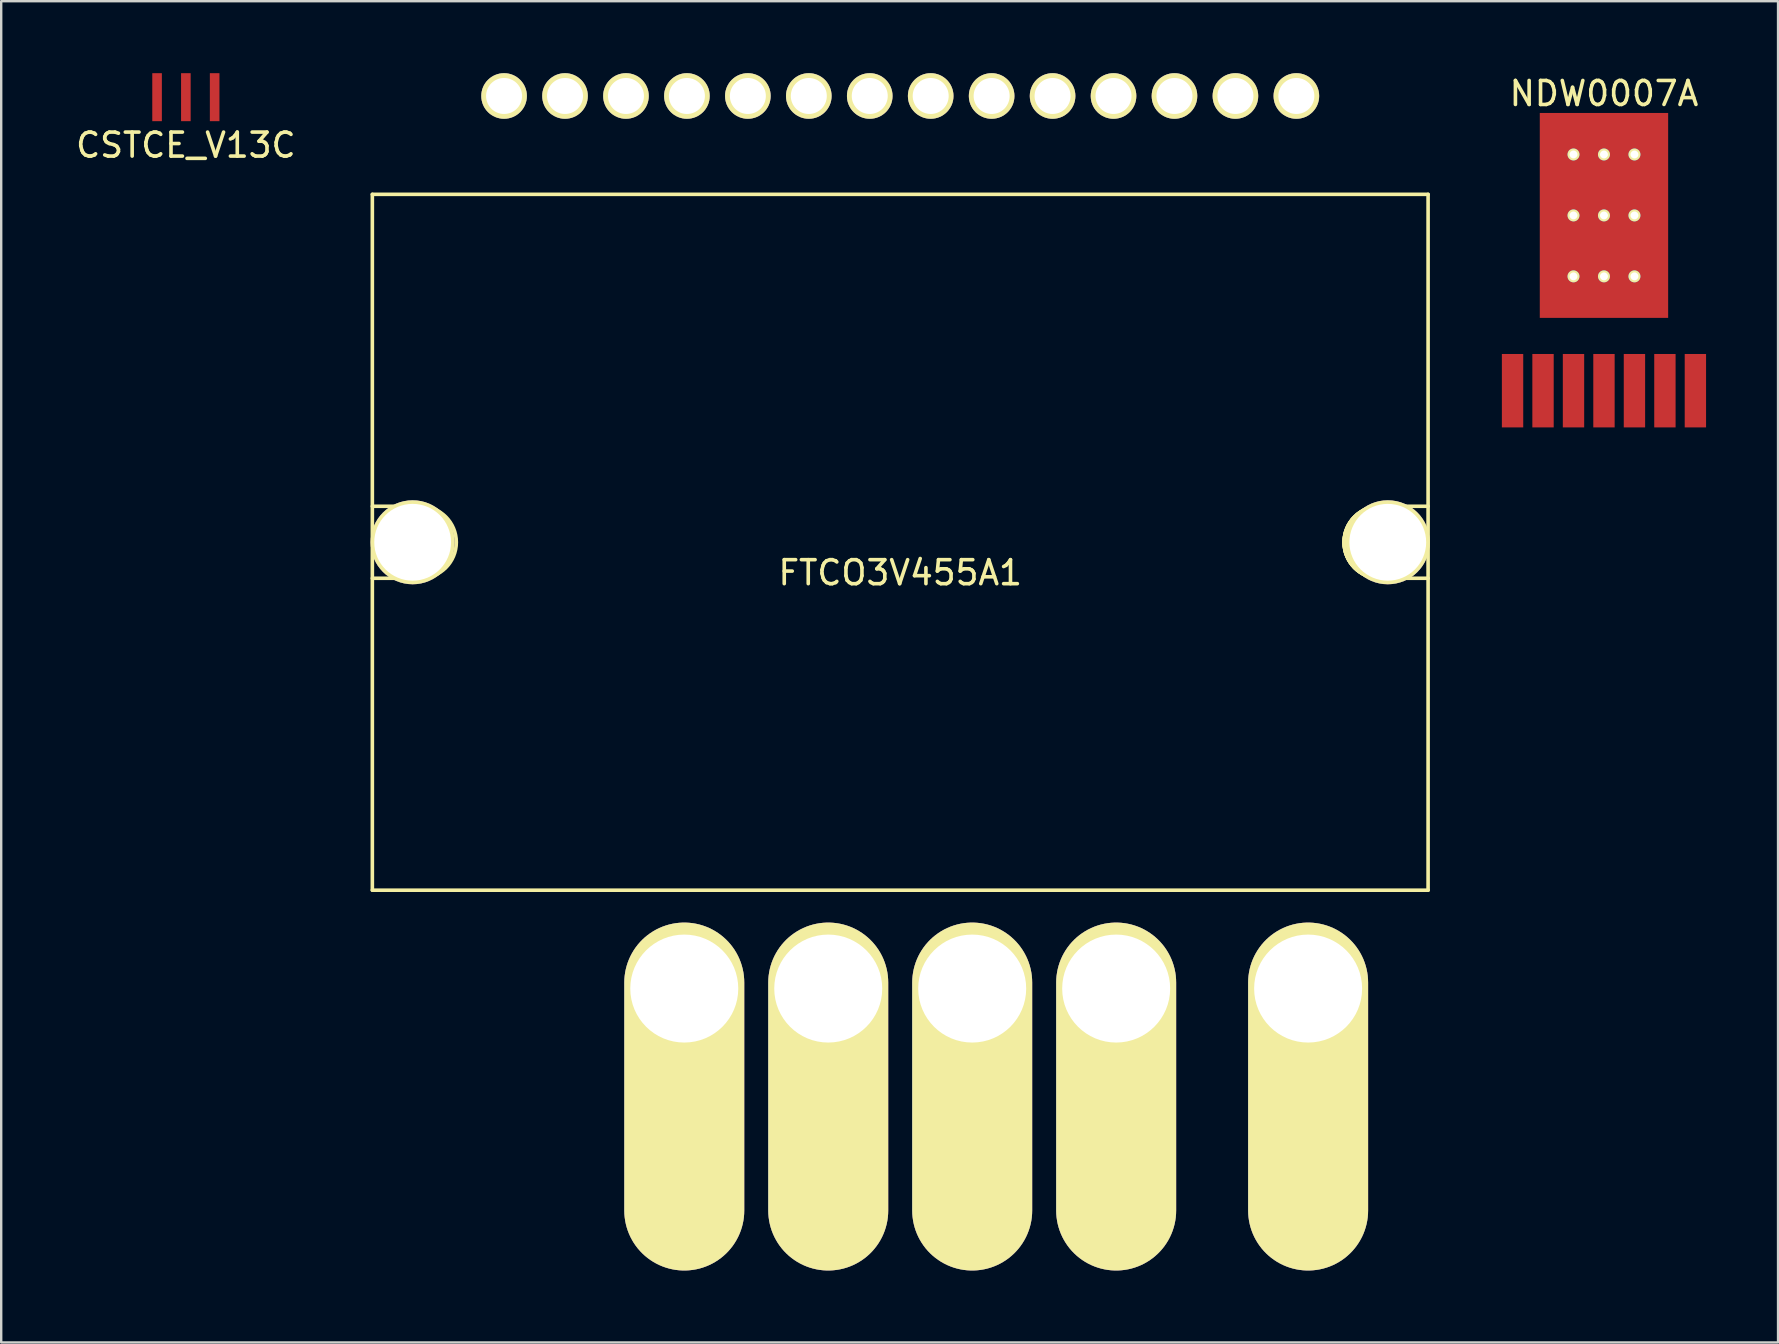
<source format=kicad_pcb>
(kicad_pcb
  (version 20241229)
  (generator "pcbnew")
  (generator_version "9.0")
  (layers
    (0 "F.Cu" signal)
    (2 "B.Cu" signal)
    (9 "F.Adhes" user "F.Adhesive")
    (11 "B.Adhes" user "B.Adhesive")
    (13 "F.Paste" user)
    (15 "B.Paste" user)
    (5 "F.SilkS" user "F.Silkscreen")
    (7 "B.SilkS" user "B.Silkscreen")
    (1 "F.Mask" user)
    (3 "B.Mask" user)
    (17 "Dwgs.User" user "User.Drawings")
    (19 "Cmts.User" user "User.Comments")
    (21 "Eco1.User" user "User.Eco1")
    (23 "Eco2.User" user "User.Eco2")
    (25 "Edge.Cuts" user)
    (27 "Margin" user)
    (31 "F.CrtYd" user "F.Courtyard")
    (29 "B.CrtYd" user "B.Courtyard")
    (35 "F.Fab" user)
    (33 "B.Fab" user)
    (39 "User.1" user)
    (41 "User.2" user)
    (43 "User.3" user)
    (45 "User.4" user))
  (footprint "NDW0007A"
    (layer "F.Cu")
    (at 63.798 5.928)
    (property "Reference" "NDW0007A" (at 0 -5.08 0) (layer "F.SilkS") (effects (font (size 1 1) (thickness 0.15))))
    (attr through_hole)
    (pad "1" smd rect (at -3.81 7.305) (size 0.89 3.06) (layers "F.Cu" "F.Mask" "F.Paste"))
    (pad "2" smd rect (at -2.54 7.305) (size 0.89 3.06) (layers "F.Cu" "F.Mask" "F.Paste"))
    (pad "3" smd rect (at -1.27 7.305) (size 0.89 3.06) (layers "F.Cu" "F.Mask" "F.Paste"))
    (pad "4" smd rect (at 0 7.305) (size 0.89 3.06) (layers "F.Cu" "F.Mask" "F.Paste"))
    (pad "5" smd rect (at 1.27 7.305) (size 0.89 3.06) (layers "F.Cu" "F.Mask" "F.Paste"))
    (pad "6" smd rect (at 2.54 7.305) (size 0.89 3.06) (layers "F.Cu" "F.Mask" "F.Paste"))
    (pad "7" smd rect (at 3.81 7.305) (size 0.89 3.06) (layers "F.Cu" "F.Mask" "F.Paste"))
    (pad "PAD" thru_hole circle (at -1.27 -2.54) (size 0.5 0.5) (drill 0.33) (layers "*.Cu" "*.Mask" "F.SilkS"))
    (pad "PAD" thru_hole circle (at -1.27 0) (size 0.5 0.5) (drill 0.33) (layers "*.Cu" "*.Mask" "F.SilkS"))
    (pad "PAD" thru_hole circle (at -1.27 2.54) (size 0.5 0.5) (drill 0.33) (layers "*.Cu" "*.Mask" "F.SilkS"))
    (pad "PAD" thru_hole circle (at 0 -2.54) (size 0.5 0.5) (drill 0.33) (layers "*.Cu" "*.Mask" "F.SilkS"))
    (pad "PAD" thru_hole circle (at 0 0) (size 0.5 0.5) (drill 0.33) (layers "*.Cu" "*.Mask" "F.SilkS"))
    (pad "PAD" smd rect (at 0 0) (size 5.35 8.54) (layers "F.Cu" "F.Mask" "F.Paste"))
    (pad "PAD" thru_hole circle (at 0 2.54) (size 0.5 0.5) (drill 0.33) (layers "*.Cu" "*.Mask" "F.SilkS"))
    (pad "PAD" thru_hole circle (at 1.27 -2.54) (size 0.5 0.5) (drill 0.33) (layers "*.Cu" "*.Mask" "F.SilkS"))
    (pad "PAD" thru_hole circle (at 1.27 0) (size 0.5 0.5) (drill 0.33) (layers "*.Cu" "*.Mask" "F.SilkS"))
    (pad "PAD" thru_hole circle (at 1.27 2.54) (size 0.5 0.5) (drill 0.33) (layers "*.Cu" "*.Mask" "F.SilkS")))
  (footprint "CSTCE_V13C"
    (layer "F.Cu")
    (at 4.696 1)
    (property "Reference" "CSTCE_V13C" (at 0 2 0) (layer "F.SilkS") (effects (font (size 1 1) (thickness 0.15))))
    (attr through_hole)
    (pad "1" smd rect (at -1.2 0) (size 0.4 2) (layers "F.Cu" "F.Mask" "F.Paste"))
    (pad "2" smd rect (at 1.2 0) (size 0.4 2) (layers "F.Cu" "F.Mask" "F.Paste"))
    (pad "3" smd rect (at 0 0) (size 0.4 2) (layers "F.Cu" "F.Mask" "F.Paste")))
  (footprint "FTCO3V455A1"
    (layer "F.Cu")
    (at 34.468 19.55)
    (property "Reference" "FTCO3V455A1" (at 0 1.27 0) (layer "F.SilkS") (effects (font (size 1 1) (thickness 0.15))))
    (attr through_hole)
    (fp_line (start -22 14.5) (end -22 -14.5) (stroke (width 0.15) (type solid)) (layer "F.SilkS"))
    (fp_line (start -22 14.5) (end 22 14.5) (stroke (width 0.15) (type solid)) (layer "F.SilkS"))
    (fp_line (start -20 -1.5) (end -22 -1.5) (stroke (width 0.15) (type solid)) (layer "F.SilkS"))
    (fp_line (start -20 1.5) (end -22 1.5) (stroke (width 0.15) (type solid)) (layer "F.SilkS"))
    (fp_line (start 20 -1.5) (end 22 -1.5) (stroke (width 0.15) (type solid)) (layer "F.SilkS"))
    (fp_line (start 20 1.5) (end 22 1.5) (stroke (width 0.15) (type solid)) (layer "F.SilkS"))
    (fp_line (start 22 -14.5) (end -22 -14.5) (stroke (width 0.15) (type solid)) (layer "F.SilkS"))
    (fp_line (start 22 14.5) (end 22 -14.5) (stroke (width 0.15) (type solid)) (layer "F.SilkS"))
    (fp_arc (start -20 -1.5) (mid -18.5 0) (end -20 1.5) (stroke (width 0.15) (type solid)) (layer "F.SilkS"))
    (fp_arc (start 20 1.5) (mid 18.5 0) (end 20 -1.5) (stroke (width 0.15) (type solid)) (layer "F.SilkS"))
    (fp_arc (start 20 1.5) (mid 18.5 0) (end 20 -1.5) (stroke (width 0.15) (type solid)) (layer "F.SilkS"))
    (fp_arc (start 20 1.5) (mid 18.5 0) (end 20 -1.5) (stroke (width 0.15) (type solid)) (layer "F.SilkS"))
    (fp_arc (start 20 1.5) (mid 18.5 0) (end 20 -1.5) (stroke (width 0.15) (type solid)) (layer "F.SilkS"))
    (pad "1" thru_hole circle (at -20.32 0) (size 3.5 3.5) (drill 3.2) (layers "*.Cu" "*.Mask" "F.SilkS"))
    (pad "1" thru_hole circle (at -16.51 -18.6 180) (size 1.9 1.9) (drill 1.5) (layers "*.Cu" "*.Mask" "F.SilkS"))
    (pad "2" thru_hole circle (at -13.97 -18.6 180) (size 1.9 1.9) (drill 1.5) (layers "*.Cu" "*.Mask" "F.SilkS"))
    (pad "3" thru_hole circle (at -11.43 -18.6 180) (size 1.9 1.9) (drill 1.5) (layers "*.Cu" "*.Mask" "F.SilkS"))
    (pad "4" thru_hole circle (at -8.89 -18.6 180) (size 1.9 1.9) (drill 1.5) (layers "*.Cu" "*.Mask" "F.SilkS"))
    (pad "5" thru_hole circle (at -6.35 -18.6 180) (size 1.9 1.9) (drill 1.5) (layers "*.Cu" "*.Mask" "F.SilkS"))
    (pad "6" thru_hole circle (at -3.81 -18.6 180) (size 1.9 1.9) (drill 1.5) (layers "*.Cu" "*.Mask" "F.SilkS"))
    (pad "7" thru_hole circle (at -1.27 -18.6 180) (size 1.9 1.9) (drill 1.5) (layers "*.Cu" "*.Mask" "F.SilkS"))
    (pad "8" thru_hole circle (at 1.27 -18.6 180) (size 1.9 1.9) (drill 1.5) (layers "*.Cu" "*.Mask" "F.SilkS"))
    (pad "9" thru_hole circle (at 3.81 -18.6 180) (size 1.9 1.9) (drill 1.5) (layers "*.Cu" "*.Mask" "F.SilkS"))
    (pad "10" thru_hole circle (at 6.35 -18.6 180) (size 1.9 1.9) (drill 1.5) (layers "*.Cu" "*.Mask" "F.SilkS"))
    (pad "11" thru_hole circle (at 8.89 -18.6 180) (size 1.9 1.9) (drill 1.5) (layers "*.Cu" "*.Mask" "F.SilkS"))
    (pad "12" thru_hole circle (at 11.43 -18.6 180) (size 1.9 1.9) (drill 1.5) (layers "*.Cu" "*.Mask" "F.SilkS"))
    (pad "13" thru_hole circle (at 13.97 -18.6 180) (size 1.9 1.9) (drill 1.5) (layers "*.Cu" "*.Mask" "F.SilkS"))
    (pad "14" thru_hole circle (at 16.51 -18.6 180) (size 1.9 1.9) (drill 1.5) (layers "*.Cu" "*.Mask" "F.SilkS"))
    (pad "15" thru_hole oval (at 17 18.6) (size 5 14.5) (drill 4.5 (offset 0 4.5)) (layers "*.Cu" "*.Mask" "F.SilkS"))
    (pad "16" thru_hole oval (at 9 18.6) (size 5 14.5) (drill 4.5 (offset 0 4.5)) (layers "*.Cu" "*.Mask" "F.SilkS"))
    (pad "17" thru_hole oval (at 3 18.6) (size 5 14.5) (drill 4.5 (offset 0 4.5)) (layers "*.Cu" "*.Mask" "F.SilkS"))
    (pad "18" thru_hole oval (at -3 18.6) (size 5 14.5) (drill 4.5 (offset 0 4.5)) (layers "*.Cu" "*.Mask" "F.SilkS"))
    (pad "19" thru_hole oval (at -9 18.6) (size 5 14.5) (drill 4.5 (offset 0 4.5)) (layers "*.Cu" "*.Mask" "F.SilkS"))
    (pad "m" thru_hole circle (at 20.32 0) (size 3.5 3.5) (drill 3.2) (layers "*.Cu" "*.Mask" "F.SilkS")))
  (gr_rect
    (start -3 -3)
    (end 71.053 52.9)
    (stroke (width 0.1) (type default))
    (fill no)
    (layer "Edge.Cuts")))
</source>
